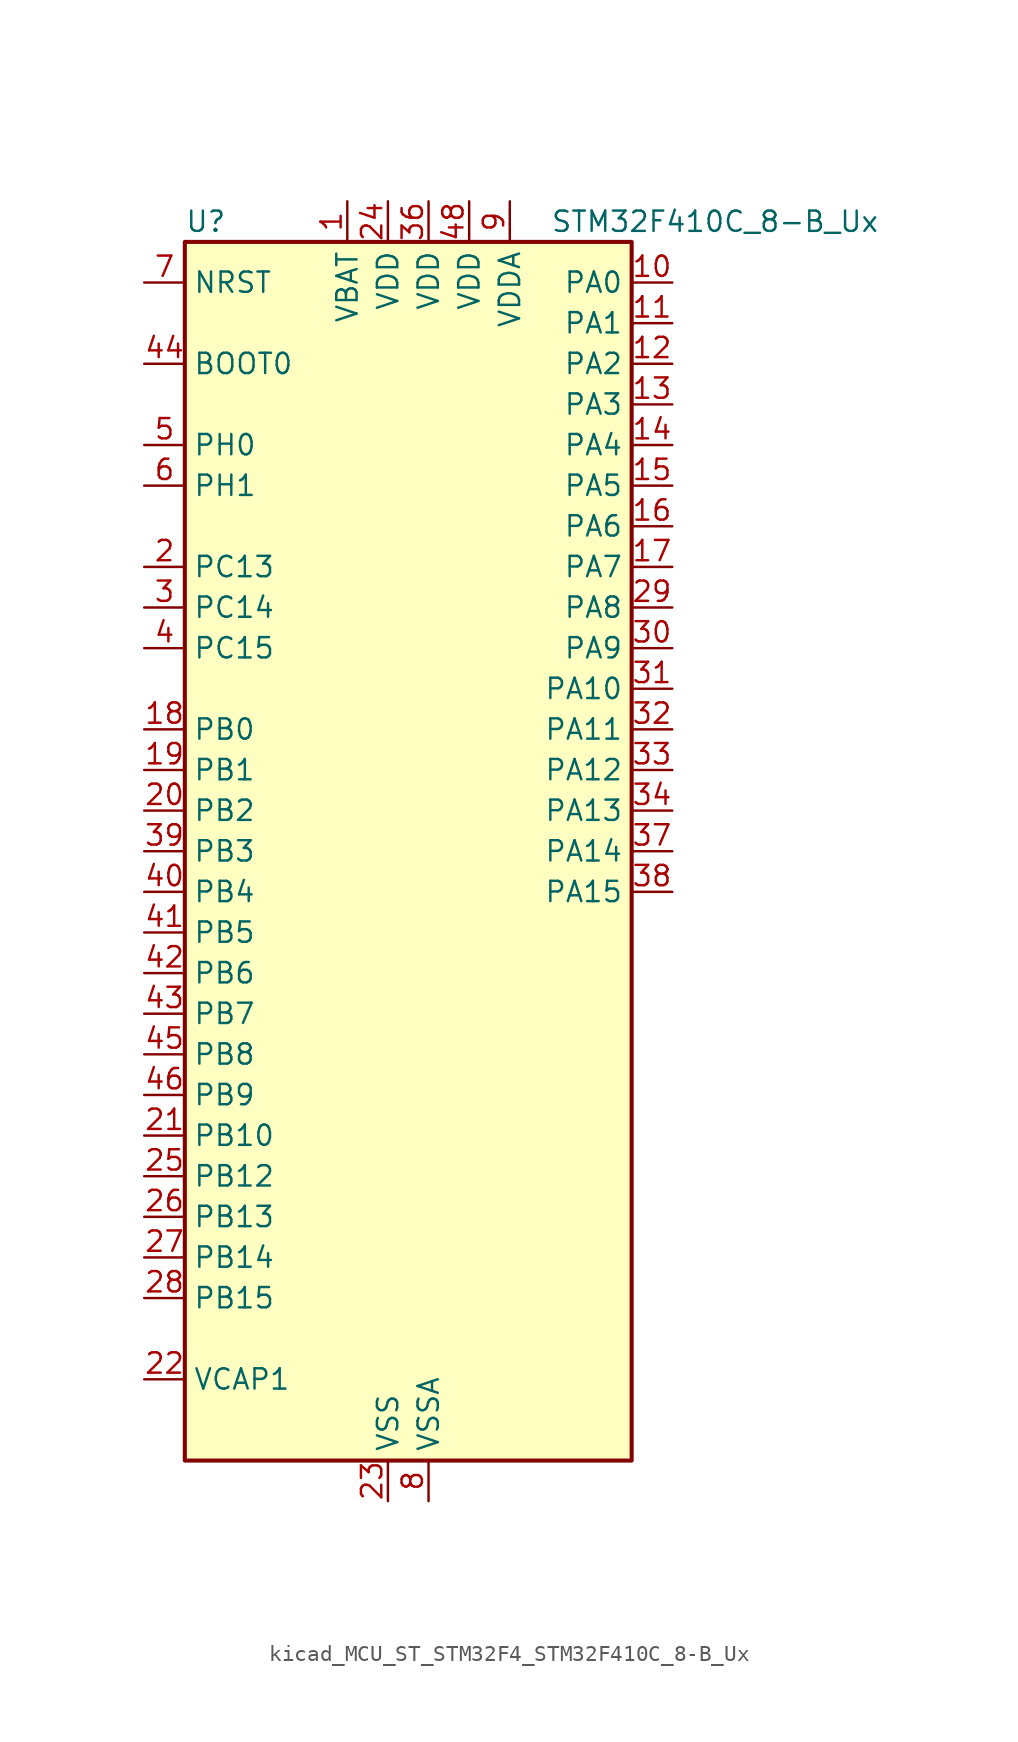
<source format=kicad_sym>
(kicad_symbol_lib
  (version 20220914)
  (generator kicad_symbol_editor)
  (symbol "kicad_MCU_ST_STM32F4_STM32F410C_8-B_Ux"
    (property "Reference" "U"
      (at -12.7 39.37 0)
      (effects (font (size 1.27 1.27)) (justify left)))
    (property "Value" "STM32F410C_8-B_Ux"
      (at 10.16 39.37 0)
      (effects (font (size 1.27 1.27)) (justify left)))
    (property "ki_locked" ""
      (at 0 0 0)
      (effects (font (size 1.27 1.27))))
    (symbol "kicad_MCU_ST_STM32F4_STM32F410C_8-B_Ux_0_1"
      (rectangle (start -12.7 -38.1) (end 15.24 38.1) (stroke (width 0.254) (type default)) (fill (type background))))
    (symbol "kicad_MCU_ST_STM32F4_STM32F410C_8-B_Ux_1_1"
      (pin power_in line (at -2.54 40.64 270) (length 2.54) (name "VBAT" (effects (font (size 1.27 1.27)))) (number "1" (effects (font (size 1.27 1.27)))))
      (pin bidirectional line (at 17.78 35.56 180) (length 2.54) (name "PA0" (effects (font (size 1.27 1.27)))) (number "10" (effects (font (size 1.27 1.27)))) (alternate "ADC1_IN0" bidirectional line) (alternate "SYS_WKUP1" bidirectional line) (alternate "TIM5_CH1" bidirectional line) (alternate "USART2_CTS" bidirectional line))
      (pin bidirectional line (at 17.78 33.02 180) (length 2.54) (name "PA1" (effects (font (size 1.27 1.27)))) (number "11" (effects (font (size 1.27 1.27)))) (alternate "ADC1_IN1" bidirectional line) (alternate "TIM5_CH2" bidirectional line) (alternate "USART2_RTS" bidirectional line))
      (pin bidirectional line (at 17.78 30.48 180) (length 2.54) (name "PA2" (effects (font (size 1.27 1.27)))) (number "12" (effects (font (size 1.27 1.27)))) (alternate "ADC1_IN2" bidirectional line) (alternate "I2S_CKIN" bidirectional line) (alternate "TIM5_CH3" bidirectional line) (alternate "TIM9_CH1" bidirectional line) (alternate "USART2_TX" bidirectional line))
      (pin bidirectional line (at 17.78 27.94 180) (length 2.54) (name "PA3" (effects (font (size 1.27 1.27)))) (number "13" (effects (font (size 1.27 1.27)))) (alternate "ADC1_IN3" bidirectional line) (alternate "I2S2_MCK" bidirectional line) (alternate "TIM5_CH4" bidirectional line) (alternate "TIM9_CH2" bidirectional line) (alternate "USART2_RX" bidirectional line))
      (pin bidirectional line (at 17.78 25.4 180) (length 2.54) (name "PA4" (effects (font (size 1.27 1.27)))) (number "14" (effects (font (size 1.27 1.27)))) (alternate "ADC1_IN4" bidirectional line) (alternate "I2S1_WS" bidirectional line) (alternate "SPI1_NSS" bidirectional line) (alternate "USART2_CK" bidirectional line))
      (pin bidirectional line (at 17.78 22.86 180) (length 2.54) (name "PA5" (effects (font (size 1.27 1.27)))) (number "15" (effects (font (size 1.27 1.27)))) (alternate "ADC1_IN5" bidirectional line) (alternate "DAC_OUT1" bidirectional line) (alternate "I2S1_CK" bidirectional line) (alternate "SPI1_SCK" bidirectional line))
      (pin bidirectional line (at 17.78 20.32 180) (length 2.54) (name "PA6" (effects (font (size 1.27 1.27)))) (number "16" (effects (font (size 1.27 1.27)))) (alternate "ADC1_IN6" bidirectional line) (alternate "I2S2_MCK" bidirectional line) (alternate "SPI1_MISO" bidirectional line) (alternate "TIM1_BKIN" bidirectional line))
      (pin bidirectional line (at 17.78 17.78 180) (length 2.54) (name "PA7" (effects (font (size 1.27 1.27)))) (number "17" (effects (font (size 1.27 1.27)))) (alternate "ADC1_IN7" bidirectional line) (alternate "I2S1_SD" bidirectional line) (alternate "SPI1_MOSI" bidirectional line) (alternate "TIM1_CH1N" bidirectional line))
      (pin bidirectional line (at -15.24 7.62 0) (length 2.54) (name "PB0" (effects (font (size 1.27 1.27)))) (number "18" (effects (font (size 1.27 1.27)))) (alternate "ADC1_IN8" bidirectional line) (alternate "I2S5_CK" bidirectional line) (alternate "SPI5_SCK" bidirectional line) (alternate "TIM1_CH2N" bidirectional line))
      (pin bidirectional line (at -15.24 5.08 0) (length 2.54) (name "PB1" (effects (font (size 1.27 1.27)))) (number "19" (effects (font (size 1.27 1.27)))) (alternate "ADC1_IN9" bidirectional line) (alternate "I2S5_WS" bidirectional line) (alternate "SPI5_NSS" bidirectional line) (alternate "TIM1_CH3N" bidirectional line))
      (pin bidirectional line (at -15.24 17.78 0) (length 2.54) (name "PC13" (effects (font (size 1.27 1.27)))) (number "2" (effects (font (size 1.27 1.27)))) (alternate "RTC_AF1" bidirectional line))
      (pin bidirectional line (at -15.24 2.54 0) (length 2.54) (name "PB2" (effects (font (size 1.27 1.27)))) (number "20" (effects (font (size 1.27 1.27)))) (alternate "LPTIM1_OUT" bidirectional line))
      (pin bidirectional line (at -15.24 -17.78 0) (length 2.54) (name "PB10" (effects (font (size 1.27 1.27)))) (number "21" (effects (font (size 1.27 1.27)))) (alternate "FMPI2C1_SCL" bidirectional line) (alternate "I2C2_SCL" bidirectional line) (alternate "I2S1_MCK" bidirectional line) (alternate "I2S2_CK" bidirectional line) (alternate "SPI2_SCK" bidirectional line))
      (pin power_out line (at -15.24 -33.02 0) (length 2.54) (name "VCAP1" (effects (font (size 1.27 1.27)))) (number "22" (effects (font (size 1.27 1.27)))))
      (pin power_in line (at 0 -40.64 90) (length 2.54) (name "VSS" (effects (font (size 1.27 1.27)))) (number "23" (effects (font (size 1.27 1.27)))))
      (pin power_in line (at 0 40.64 270) (length 2.54) (name "VDD" (effects (font (size 1.27 1.27)))) (number "24" (effects (font (size 1.27 1.27)))))
      (pin bidirectional line (at -15.24 -20.32 0) (length 2.54) (name "PB12" (effects (font (size 1.27 1.27)))) (number "25" (effects (font (size 1.27 1.27)))) (alternate "I2C2_SMBA" bidirectional line) (alternate "I2S2_WS" bidirectional line) (alternate "SPI2_NSS" bidirectional line) (alternate "TIM1_BKIN" bidirectional line) (alternate "TIM5_CH1" bidirectional line))
      (pin bidirectional line (at -15.24 -22.86 0) (length 2.54) (name "PB13" (effects (font (size 1.27 1.27)))) (number "26" (effects (font (size 1.27 1.27)))) (alternate "FMPI2C1_SMBA" bidirectional line) (alternate "I2S2_CK" bidirectional line) (alternate "SPI2_SCK" bidirectional line) (alternate "TIM1_CH1N" bidirectional line))
      (pin bidirectional line (at -15.24 -25.4 0) (length 2.54) (name "PB14" (effects (font (size 1.27 1.27)))) (number "27" (effects (font (size 1.27 1.27)))) (alternate "FMPI2C1_SDA" bidirectional line) (alternate "SPI2_MISO" bidirectional line) (alternate "TIM1_CH2N" bidirectional line))
      (pin bidirectional line (at -15.24 -27.94 0) (length 2.54) (name "PB15" (effects (font (size 1.27 1.27)))) (number "28" (effects (font (size 1.27 1.27)))) (alternate "ADC1_EXTI15" bidirectional line) (alternate "FMPI2C1_SCL" bidirectional line) (alternate "I2S2_SD" bidirectional line) (alternate "RTC_REFIN" bidirectional line) (alternate "SPI2_MOSI" bidirectional line) (alternate "TIM1_CH3N" bidirectional line))
      (pin bidirectional line (at 17.78 15.24 180) (length 2.54) (name "PA8" (effects (font (size 1.27 1.27)))) (number "29" (effects (font (size 1.27 1.27)))) (alternate "FMPI2C1_SCL" bidirectional line) (alternate "RCC_MCO_1" bidirectional line) (alternate "TIM1_CH1" bidirectional line) (alternate "USART1_CK" bidirectional line))
      (pin bidirectional line (at -15.24 15.24 0) (length 2.54) (name "PC14" (effects (font (size 1.27 1.27)))) (number "3" (effects (font (size 1.27 1.27)))) (alternate "RCC_OSC32_IN" bidirectional line))
      (pin bidirectional line (at 17.78 12.7 180) (length 2.54) (name "PA9" (effects (font (size 1.27 1.27)))) (number "30" (effects (font (size 1.27 1.27)))) (alternate "DAC_EXTI9" bidirectional line) (alternate "TIM1_CH2" bidirectional line) (alternate "USART1_TX" bidirectional line))
      (pin bidirectional line (at 17.78 10.16 180) (length 2.54) (name "PA10" (effects (font (size 1.27 1.27)))) (number "31" (effects (font (size 1.27 1.27)))) (alternate "I2S5_SD" bidirectional line) (alternate "SPI5_MOSI" bidirectional line) (alternate "TIM1_CH3" bidirectional line) (alternate "USART1_RX" bidirectional line))
      (pin bidirectional line (at 17.78 7.62 180) (length 2.54) (name "PA11" (effects (font (size 1.27 1.27)))) (number "32" (effects (font (size 1.27 1.27)))) (alternate "ADC1_EXTI11" bidirectional line) (alternate "TIM1_CH4" bidirectional line) (alternate "USART1_CTS" bidirectional line) (alternate "USART6_TX" bidirectional line))
      (pin bidirectional line (at 17.78 5.08 180) (length 2.54) (name "PA12" (effects (font (size 1.27 1.27)))) (number "33" (effects (font (size 1.27 1.27)))) (alternate "SPI5_MISO" bidirectional line) (alternate "TIM1_ETR" bidirectional line) (alternate "USART1_RTS" bidirectional line) (alternate "USART6_RX" bidirectional line))
      (pin bidirectional line (at 17.78 2.54 180) (length 2.54) (name "PA13" (effects (font (size 1.27 1.27)))) (number "34" (effects (font (size 1.27 1.27)))) (alternate "SYS_JTMS-SWDIO" bidirectional line))
      (pin passive line (at 0 -40.64 90) (length 2.54) hide (name "VSS" (effects (font (size 1.27 1.27)))) (number "35" (effects (font (size 1.27 1.27)))))
      (pin power_in line (at 2.54 40.64 270) (length 2.54) (name "VDD" (effects (font (size 1.27 1.27)))) (number "36" (effects (font (size 1.27 1.27)))))
      (pin bidirectional line (at 17.78 0 180) (length 2.54) (name "PA14" (effects (font (size 1.27 1.27)))) (number "37" (effects (font (size 1.27 1.27)))) (alternate "SYS_JTCK-SWCLK" bidirectional line))
      (pin bidirectional line (at 17.78 -2.54 180) (length 2.54) (name "PA15" (effects (font (size 1.27 1.27)))) (number "38" (effects (font (size 1.27 1.27)))) (alternate "ADC1_EXTI15" bidirectional line) (alternate "I2S1_WS" bidirectional line) (alternate "SPI1_NSS" bidirectional line) (alternate "SYS_JTDI" bidirectional line) (alternate "USART1_TX" bidirectional line))
      (pin bidirectional line (at -15.24 0 0) (length 2.54) (name "PB3" (effects (font (size 1.27 1.27)))) (number "39" (effects (font (size 1.27 1.27)))) (alternate "FMPI2C1_SDA" bidirectional line) (alternate "I2C2_SDA" bidirectional line) (alternate "I2S1_CK" bidirectional line) (alternate "SPI1_SCK" bidirectional line) (alternate "SYS_JTDO-SWO" bidirectional line) (alternate "USART1_RX" bidirectional line))
      (pin bidirectional line (at -15.24 12.7 0) (length 2.54) (name "PC15" (effects (font (size 1.27 1.27)))) (number "4" (effects (font (size 1.27 1.27)))) (alternate "ADC1_EXTI15" bidirectional line) (alternate "RCC_OSC32_OUT" bidirectional line))
      (pin bidirectional line (at -15.24 -2.54 0) (length 2.54) (name "PB4" (effects (font (size 1.27 1.27)))) (number "40" (effects (font (size 1.27 1.27)))) (alternate "SPI1_MISO" bidirectional line) (alternate "SYS_JTRST" bidirectional line))
      (pin bidirectional line (at -15.24 -5.08 0) (length 2.54) (name "PB5" (effects (font (size 1.27 1.27)))) (number "41" (effects (font (size 1.27 1.27)))) (alternate "I2C1_SMBA" bidirectional line) (alternate "I2S1_SD" bidirectional line) (alternate "LPTIM1_IN1" bidirectional line) (alternate "SPI1_MOSI" bidirectional line))
      (pin bidirectional line (at -15.24 -7.62 0) (length 2.54) (name "PB6" (effects (font (size 1.27 1.27)))) (number "42" (effects (font (size 1.27 1.27)))) (alternate "I2C1_SCL" bidirectional line) (alternate "LPTIM1_ETR" bidirectional line) (alternate "USART1_TX" bidirectional line))
      (pin bidirectional line (at -15.24 -10.16 0) (length 2.54) (name "PB7" (effects (font (size 1.27 1.27)))) (number "43" (effects (font (size 1.27 1.27)))) (alternate "I2C1_SDA" bidirectional line) (alternate "LPTIM1_IN2" bidirectional line) (alternate "USART1_RX" bidirectional line))
      (pin input line (at -15.24 30.48 0) (length 2.54) (name "BOOT0" (effects (font (size 1.27 1.27)))) (number "44" (effects (font (size 1.27 1.27)))))
      (pin bidirectional line (at -15.24 -12.7 0) (length 2.54) (name "PB8" (effects (font (size 1.27 1.27)))) (number "45" (effects (font (size 1.27 1.27)))) (alternate "I2C1_SCL" bidirectional line) (alternate "I2S5_SD" bidirectional line) (alternate "LPTIM1_OUT" bidirectional line) (alternate "SPI5_MOSI" bidirectional line))
      (pin bidirectional line (at -15.24 -15.24 0) (length 2.54) (name "PB9" (effects (font (size 1.27 1.27)))) (number "46" (effects (font (size 1.27 1.27)))) (alternate "DAC_EXTI9" bidirectional line) (alternate "I2C1_SDA" bidirectional line) (alternate "I2C2_SDA" bidirectional line) (alternate "I2S2_WS" bidirectional line) (alternate "SPI2_NSS" bidirectional line) (alternate "TIM11_CH1" bidirectional line))
      (pin passive line (at 0 -40.64 90) (length 2.54) hide (name "VSS" (effects (font (size 1.27 1.27)))) (number "47" (effects (font (size 1.27 1.27)))))
      (pin power_in line (at 5.08 40.64 270) (length 2.54) (name "VDD" (effects (font (size 1.27 1.27)))) (number "48" (effects (font (size 1.27 1.27)))))
      (pin passive line (at 0 -40.64 90) (length 2.54) hide (name "VSS" (effects (font (size 1.27 1.27)))) (number "49" (effects (font (size 1.27 1.27)))))
      (pin bidirectional line (at -15.24 25.4 0) (length 2.54) (name "PH0" (effects (font (size 1.27 1.27)))) (number "5" (effects (font (size 1.27 1.27)))) (alternate "RCC_OSC_IN" bidirectional line))
      (pin bidirectional line (at -15.24 22.86 0) (length 2.54) (name "PH1" (effects (font (size 1.27 1.27)))) (number "6" (effects (font (size 1.27 1.27)))) (alternate "RCC_OSC_OUT" bidirectional line))
      (pin input line (at -15.24 35.56 0) (length 2.54) (name "NRST" (effects (font (size 1.27 1.27)))) (number "7" (effects (font (size 1.27 1.27)))))
      (pin power_in line (at 2.54 -40.64 90) (length 2.54) (name "VSSA" (effects (font (size 1.27 1.27)))) (number "8" (effects (font (size 1.27 1.27)))))
      (pin power_in line (at 7.62 40.64 270) (length 2.54) (name "VDDA" (effects (font (size 1.27 1.27)))) (number "9" (effects (font (size 1.27 1.27))))))))
</source>
